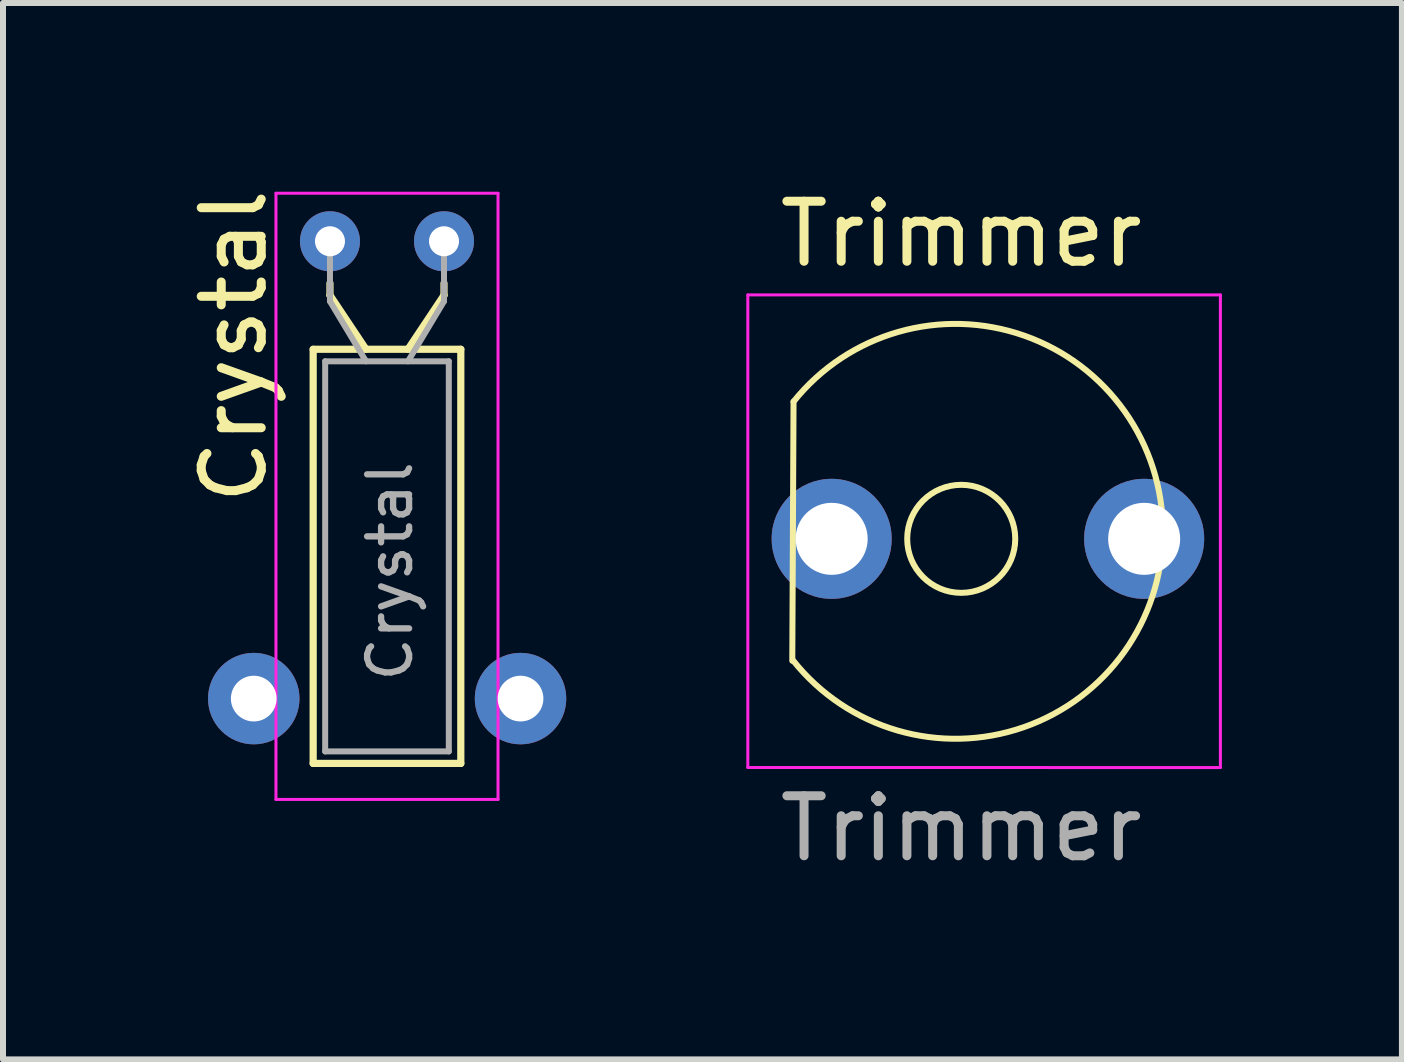
<source format=kicad_pcb>
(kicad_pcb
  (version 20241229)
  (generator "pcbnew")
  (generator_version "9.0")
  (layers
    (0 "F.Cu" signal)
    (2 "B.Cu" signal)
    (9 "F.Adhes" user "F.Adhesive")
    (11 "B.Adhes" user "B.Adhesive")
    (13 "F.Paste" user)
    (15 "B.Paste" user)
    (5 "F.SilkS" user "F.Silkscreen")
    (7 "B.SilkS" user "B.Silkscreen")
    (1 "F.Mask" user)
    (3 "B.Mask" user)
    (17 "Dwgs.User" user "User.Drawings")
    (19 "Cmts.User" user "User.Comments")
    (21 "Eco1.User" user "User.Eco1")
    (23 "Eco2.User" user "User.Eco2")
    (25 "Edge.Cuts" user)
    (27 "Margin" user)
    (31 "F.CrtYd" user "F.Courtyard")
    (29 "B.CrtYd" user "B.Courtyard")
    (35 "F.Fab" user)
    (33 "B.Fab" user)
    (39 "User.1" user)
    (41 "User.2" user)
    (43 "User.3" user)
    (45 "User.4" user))
  (footprint "Trimmer"
    (layer "F.Cu")
    (at 12.966 5.928)
    (property "Reference" "Trimmer" (at 0 -5.08 0) (unlocked yes) (layer "F.SilkS") (effects (font (size 1 1) (thickness 0.15))))
    (attr through_hole)
    (fp_line (start -2.794 -2.286) (end -2.815 2.032) (stroke (width 0.1) (type default)) (layer "F.SilkS"))
    (fp_arc (start -2.794 -2.286) (mid 3.359442 -0.116801) (end -2.804087 2.023568) (stroke (width 0.1) (type default)) (layer "F.SilkS"))
    (fp_circle (center 0 0) (end 0.9 0) (stroke (width 0.1) (type solid)) (fill no) (layer "F.SilkS"))
    (fp_line (start -3.556 -4.064) (end -3.556 3.81) (stroke (width 0.05) (type solid)) (layer "F.CrtYd"))
    (fp_line (start -3.556 3.81) (end 4.318 3.811) (stroke (width 0.05) (type solid)) (layer "F.CrtYd"))
    (fp_line (start 4.318 -4.064) (end -3.556 -4.064) (stroke (width 0.05) (type solid)) (layer "F.CrtYd"))
    (fp_line (start 4.318 3.811) (end 4.318 -4.064) (stroke (width 0.05) (type solid)) (layer "F.CrtYd"))
    (fp_text user "${REFERENCE}" (at 0 4.826 180) (layer "F.Fab") (effects (font (size 1 1) (thickness 0.15))))
    (pad "1" thru_hole circle (at -2.159 0) (size 2 2) (drill 1.2) (layers "*.Cu" "*.Mask"))
    (pad "2" thru_hole circle (at 3.048 0) (size 2 2) (drill 1.2) (layers "*.Cu" "*.Mask")))
  (footprint "Crystal"
    (layer "F.Cu")
    (at 2.448 0.97)
    (property "Reference" "Crystal" (at -1.6 1.75 90) (layer "F.SilkS") (effects (font (size 1 1) (thickness 0.15))))
    (attr through_hole)
    (fp_line (start -0.28 1.8) (end -0.28 8.7) (stroke (width 0.12) (type solid)) (layer "F.SilkS"))
    (fp_line (start -0.28 8.7) (end 2.18 8.7) (stroke (width 0.12) (type solid)) (layer "F.SilkS"))
    (fp_line (start 0 0.9) (end 0 0.7) (stroke (width 0.12) (type solid)) (layer "F.SilkS"))
    (fp_line (start 0.6 1.8) (end 0 0.9) (stroke (width 0.12) (type solid)) (layer "F.SilkS"))
    (fp_line (start 1.3 1.8) (end 1.9 0.9) (stroke (width 0.12) (type solid)) (layer "F.SilkS"))
    (fp_line (start 1.9 0.9) (end 1.9 0.7) (stroke (width 0.12) (type solid)) (layer "F.SilkS"))
    (fp_line (start 2.18 1.8) (end -0.28 1.8) (stroke (width 0.12) (type solid)) (layer "F.SilkS"))
    (fp_line (start 2.18 8.7) (end 2.18 1.8) (stroke (width 0.12) (type solid)) (layer "F.SilkS"))
    (fp_line (start -0.9 -0.8) (end -0.9 9.3) (stroke (width 0.05) (type solid)) (layer "F.CrtYd"))
    (fp_line (start -0.9 9.3) (end 2.8 9.3) (stroke (width 0.05) (type solid)) (layer "F.CrtYd"))
    (fp_line (start 2.8 -0.8) (end -0.9 -0.8) (stroke (width 0.05) (type solid)) (layer "F.CrtYd"))
    (fp_line (start 2.8 9.3) (end 2.8 -0.8) (stroke (width 0.05) (type solid)) (layer "F.CrtYd"))
    (fp_line (start -0.08 2) (end -0.08 8.5) (stroke (width 0.1) (type solid)) (layer "F.Fab"))
    (fp_line (start -0.08 8.5) (end 1.98 8.5) (stroke (width 0.1) (type solid)) (layer "F.Fab"))
    (fp_line (start 0 1) (end 0 0) (stroke (width 0.1) (type solid)) (layer "F.Fab"))
    (fp_line (start 0.6 2) (end 0 1) (stroke (width 0.1) (type solid)) (layer "F.Fab"))
    (fp_line (start 1.3 2) (end 1.9 1) (stroke (width 0.1) (type solid)) (layer "F.Fab"))
    (fp_line (start 1.9 1) (end 1.9 0) (stroke (width 0.1) (type solid)) (layer "F.Fab"))
    (fp_line (start 1.98 2) (end -0.08 2) (stroke (width 0.1) (type solid)) (layer "F.Fab"))
    (fp_line (start 1.98 8.5) (end 1.98 2) (stroke (width 0.1) (type solid)) (layer "F.Fab"))
    (fp_text user "${REFERENCE}" (at 1 5.5 90) (layer "F.Fab") (effects (font (size 0.7 0.7) (thickness 0.105))))
    (pad "1" thru_hole circle (at 0 0) (size 1 1) (drill 0.5) (layers "*.Cu" "*.Mask"))
    (pad "2" thru_hole circle (at 1.9 0) (size 1 1) (drill 0.5) (layers "*.Cu" "*.Mask"))
    (pad "3" thru_hole circle (at 3.175 7.62) (size 1.524 1.524) (drill 0.762) (layers "*.Cu" "*.Mask"))
    (pad "4" thru_hole circle (at -1.27 7.62) (size 1.524 1.524) (drill 0.762) (layers "*.Cu" "*.Mask")))
  (gr_rect
    (start -3 -3)
    (end 20.309 14.602)
    (stroke (width 0.1) (type default))
    (fill no)
    (layer "Edge.Cuts")))
</source>
